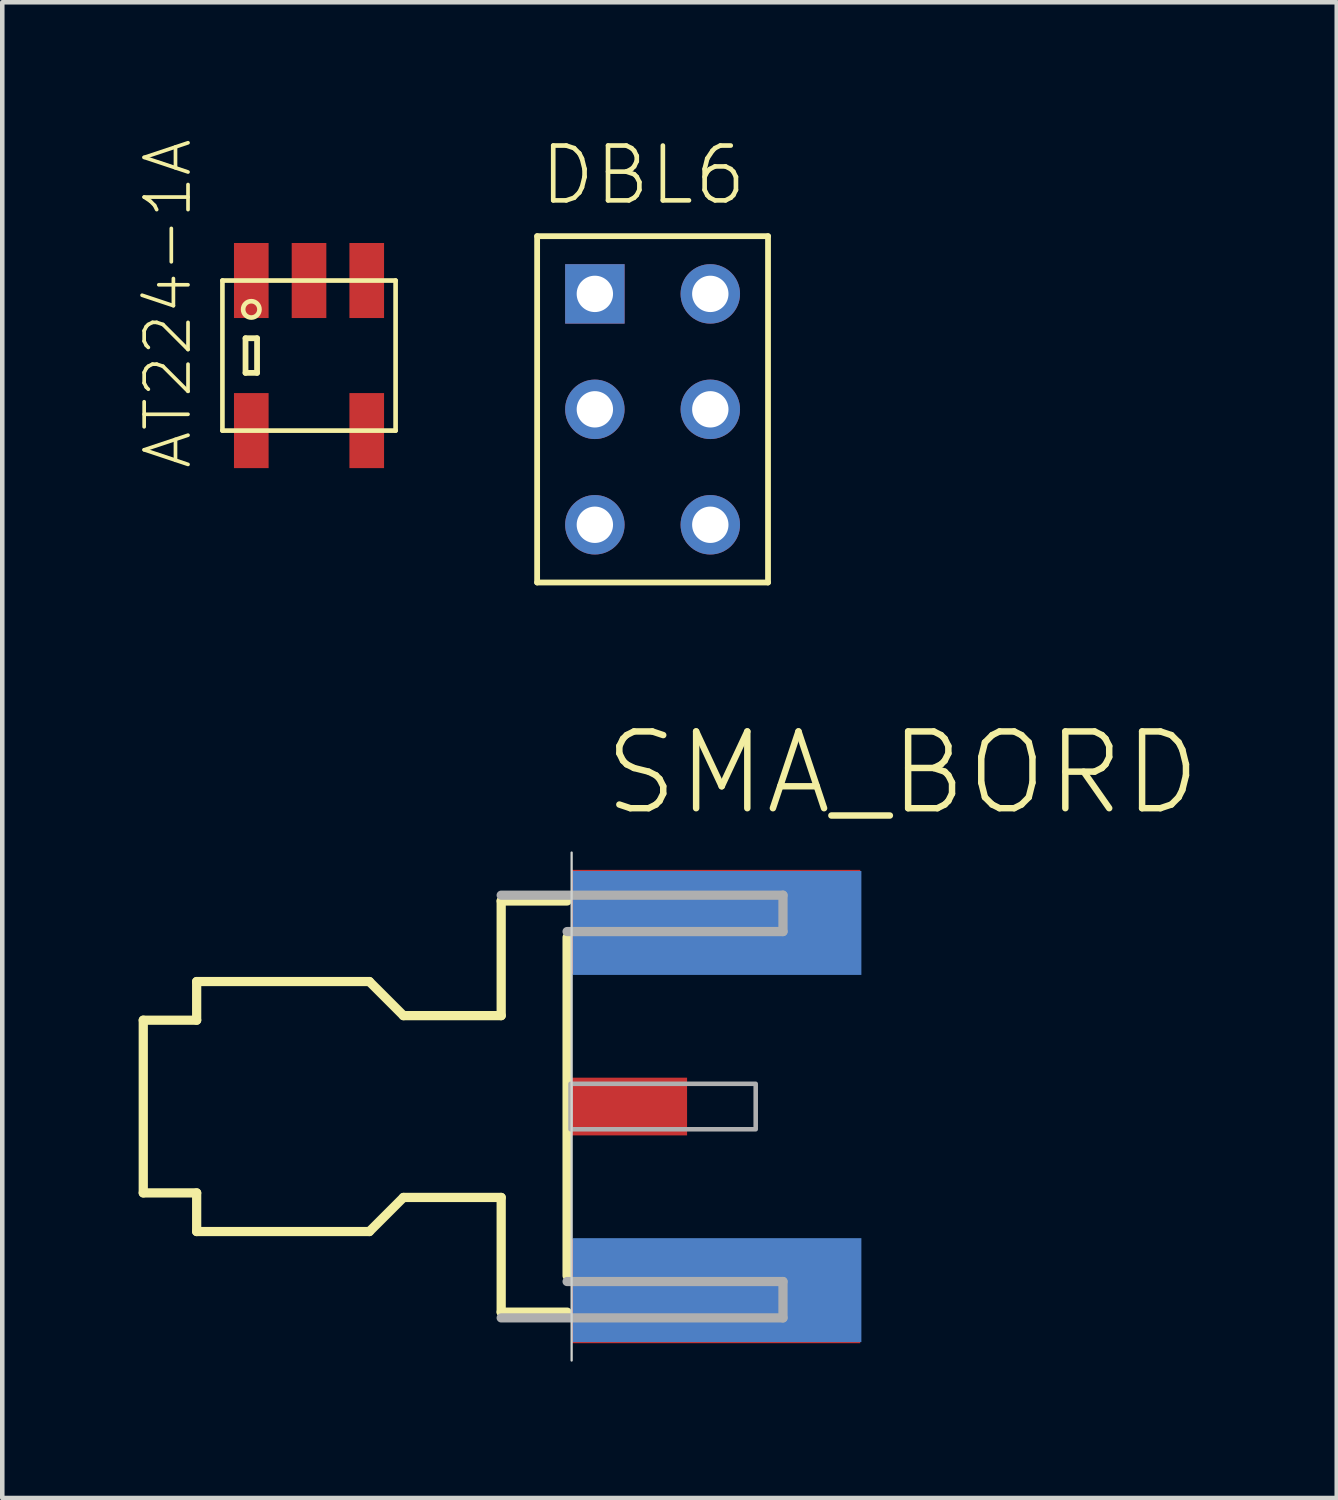
<source format=kicad_pcb>
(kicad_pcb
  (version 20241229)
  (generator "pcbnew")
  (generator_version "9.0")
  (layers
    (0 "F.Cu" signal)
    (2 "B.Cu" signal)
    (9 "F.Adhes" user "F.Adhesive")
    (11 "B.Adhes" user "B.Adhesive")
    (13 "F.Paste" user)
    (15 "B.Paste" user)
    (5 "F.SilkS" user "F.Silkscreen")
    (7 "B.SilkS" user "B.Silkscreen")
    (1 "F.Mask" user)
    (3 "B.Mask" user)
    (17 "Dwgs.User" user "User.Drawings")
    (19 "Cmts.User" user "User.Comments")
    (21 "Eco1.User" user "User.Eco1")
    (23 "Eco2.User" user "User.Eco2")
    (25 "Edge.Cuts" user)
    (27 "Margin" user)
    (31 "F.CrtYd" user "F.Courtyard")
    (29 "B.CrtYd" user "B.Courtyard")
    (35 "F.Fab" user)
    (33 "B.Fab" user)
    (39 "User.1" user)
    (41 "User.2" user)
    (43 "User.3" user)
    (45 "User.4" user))
  (footprint "DBL6"
    (layer "F.Cu")
    (at 11.308 5.956)
    (property "Reference" "DBL6" (at -2.54 -4.445 0) (layer "F.SilkS") (effects (font (size 1.206 1.206) (thickness 0.102)) (justify left bottom)))
    (attr through_hole)
    (fp_line (start -2.54 -3.81) (end 2.54 -3.81) (stroke (width 0.127) (type solid)) (layer "F.SilkS"))
    (fp_line (start -2.54 3.81) (end -2.54 -3.81) (stroke (width 0.127) (type solid)) (layer "F.SilkS"))
    (fp_line (start 2.54 -3.81) (end 2.54 3.81) (stroke (width 0.127) (type solid)) (layer "F.SilkS"))
    (fp_line (start 2.54 3.81) (end -2.54 3.81) (stroke (width 0.127) (type solid)) (layer "F.SilkS"))
    (pad "P$1" thru_hole rect (at -1.27 -2.54) (size 1.308 1.308) (drill 0.8) (layers "*.Cu" "*.Mask"))
    (pad "P$2" thru_hole circle (at 1.27 -2.54) (size 1.308 1.308) (drill 0.8) (layers "*.Cu" "*.Mask"))
    (pad "P$3" thru_hole circle (at -1.27 0) (size 1.308 1.308) (drill 0.8) (layers "*.Cu" "*.Mask"))
    (pad "P$4" thru_hole circle (at 1.27 0) (size 1.308 1.308) (drill 0.8) (layers "*.Cu" "*.Mask"))
    (pad "P$5" thru_hole circle (at -1.27 2.54) (size 1.308 1.308) (drill 0.8) (layers "*.Cu" "*.Mask"))
    (pad "P$6" thru_hole circle (at 1.27 2.54) (size 1.308 1.308) (drill 0.8) (layers "*.Cu" "*.Mask")))
  (footprint "AT224-1A"
    (layer "F.Cu")
    (at 3.749 4.773)
    (property "Reference" "AT224-1A" (at -2.54 2.54 90) (layer "F.SilkS") (effects (font (size 0.965 0.965) (thickness 0.081)) (justify left bottom)))
    (attr through_hole)
    (fp_line (start -1.905 -1.651) (end 1.905 -1.651) (stroke (width 0.102) (type solid)) (layer "F.SilkS"))
    (fp_line (start -1.905 1.651) (end -1.905 -1.651) (stroke (width 0.102) (type solid)) (layer "F.SilkS"))
    (fp_line (start -1.397 -0.381) (end -1.397 0.381) (stroke (width 0.127) (type solid)) (layer "F.SilkS"))
    (fp_line (start -1.397 0.381) (end -1.143 0.381) (stroke (width 0.127) (type solid)) (layer "F.SilkS"))
    (fp_line (start -1.143 -0.381) (end -1.397 -0.381) (stroke (width 0.127) (type solid)) (layer "F.SilkS"))
    (fp_line (start -1.143 0.381) (end -1.143 -0.381) (stroke (width 0.127) (type solid)) (layer "F.SilkS"))
    (fp_line (start 1.905 -1.651) (end 1.905 1.651) (stroke (width 0.102) (type solid)) (layer "F.SilkS"))
    (fp_line (start 1.905 1.651) (end -1.905 1.651) (stroke (width 0.102) (type solid)) (layer "F.SilkS"))
    (fp_circle (center -1.27 -1.016) (end -1.09 -1.016) (stroke (width 0.102) (type solid)) (fill no) (layer "F.SilkS"))
    (pad "P$1" smd rect (at -1.27 -1.651 90) (size 1.651 0.762) (layers "F.Cu" "F.Mask" "F.Paste"))
    (pad "P$2" smd rect (at 0 -1.651 90) (size 1.651 0.762) (layers "F.Cu" "F.Mask" "F.Paste"))
    (pad "P$3" smd rect (at 1.27 -1.651 90) (size 1.651 0.762) (layers "F.Cu" "F.Mask" "F.Paste"))
    (pad "P$4" smd rect (at 1.27 1.651 90) (size 1.651 0.762) (layers "F.Cu" "F.Mask" "F.Paste"))
    (pad "P$6" smd rect (at -1.27 1.651 90) (size 1.651 0.762) (layers "F.Cu" "F.Mask" "F.Paste")))
  (footprint "SMA_BORD"
    (layer "F.Cu")
    (at 9.527 21.296)
    (property "Reference" "SMA_BORD" (at 0.635 -6.35 0) (layer "F.SilkS") (effects (font (size 1.689 1.689) (thickness 0.142)) (justify left bottom)))
    (attr through_hole)
    (fp_line (start -9.425 -1.9) (end -8.25 -1.9) (stroke (width 0.203) (type solid)) (layer "F.SilkS"))
    (fp_line (start -9.425 1.9) (end -9.425 -1.9) (stroke (width 0.203) (type solid)) (layer "F.SilkS"))
    (fp_line (start -8.25 -2.75) (end -4.45 -2.75) (stroke (width 0.203) (type solid)) (layer "F.SilkS"))
    (fp_line (start -8.25 -1.9) (end -8.25 -2.75) (stroke (width 0.203) (type solid)) (layer "F.SilkS"))
    (fp_line (start -8.25 1.9) (end -9.425 1.9) (stroke (width 0.203) (type solid)) (layer "F.SilkS"))
    (fp_line (start -8.25 2.75) (end -8.25 1.9) (stroke (width 0.203) (type solid)) (layer "F.SilkS"))
    (fp_line (start -4.45 -2.75) (end -3.7 -2) (stroke (width 0.203) (type solid)) (layer "F.SilkS"))
    (fp_line (start -4.45 2.75) (end -8.25 2.75) (stroke (width 0.203) (type solid)) (layer "F.SilkS"))
    (fp_line (start -3.7 -2) (end -1.55 -2) (stroke (width 0.203) (type solid)) (layer "F.SilkS"))
    (fp_line (start -3.7 2) (end -4.45 2.75) (stroke (width 0.203) (type solid)) (layer "F.SilkS"))
    (fp_line (start -1.55 -4.523) (end -0.1 -4.523) (stroke (width 0.203) (type solid)) (layer "F.SilkS"))
    (fp_line (start -1.55 -2) (end -1.55 -4.523) (stroke (width 0.203) (type solid)) (layer "F.SilkS"))
    (fp_line (start -1.55 2) (end -3.7 2) (stroke (width 0.203) (type solid)) (layer "F.SilkS"))
    (fp_line (start -1.55 4.523) (end -1.55 2) (stroke (width 0.203) (type solid)) (layer "F.SilkS"))
    (fp_line (start -0.1 3.723) (end -0.1 -3.723) (stroke (width 0.203) (type solid)) (layer "F.SilkS"))
    (fp_line (start -0.1 4.523) (end -1.55 4.523) (stroke (width 0.203) (type solid)) (layer "F.SilkS"))
    (fp_line (start 0 -5.588) (end 0 5.588) (stroke (width 0.05) (type solid)) (layer "Edge.Cuts"))
    (fp_line (start -1.55 -4.65) (end 4.65 -4.65) (stroke (width 0.203) (type solid)) (layer "F.Fab"))
    (fp_line (start -0.1 -3.85) (end 4.65 -3.85) (stroke (width 0.203) (type solid)) (layer "F.Fab"))
    (fp_line (start 4.65 -3.85) (end 4.65 -4.65) (stroke (width 0.203) (type solid)) (layer "F.Fab"))
    (fp_line (start 4.65 3.85) (end -0.1 3.85) (stroke (width 0.203) (type solid)) (layer "F.Fab"))
    (fp_line (start 4.65 4.65) (end -1.55 4.65) (stroke (width 0.203) (type solid)) (layer "F.Fab"))
    (fp_line (start 4.65 4.65) (end 4.65 3.85) (stroke (width 0.203) (type solid)) (layer "F.Fab"))
    (fp_poly (pts (xy -0.025 0.5) (xy 4.05 0.5) (xy 4.05 -0.5) (xy -0.025 -0.5)) (stroke (width 0.1) (type solid)) (fill no) (layer "F.Fab"))
    (pad "1" smd rect (at 1.27 0) (size 2.54 1.27) (layers "F.Cu" "F.Mask" "F.Paste"))
    (pad "G@1" smd rect (at 3.175 -4.064) (size 6.35 2.286) (layers "F.Cu" "F.Mask" "F.Paste"))
    (pad "G@2" smd rect (at 3.175 4.064) (size 6.35 2.286) (layers "F.Cu" "F.Mask" "F.Paste"))
    (pad "G@3" smd rect (at 3.2 -4.039) (size 6.35 2.286) (layers "B.Cu" "B.Mask" "B.Paste"))
    (pad "G@4" smd rect (at 3.2 4.039) (size 6.35 2.286) (layers "B.Cu" "B.Mask" "B.Paste")))
  (gr_rect
    (start -3 -3)
    (end 26.361 29.909)
    (stroke (width 0.1) (type default))
    (fill no)
    (layer "Edge.Cuts")))
</source>
